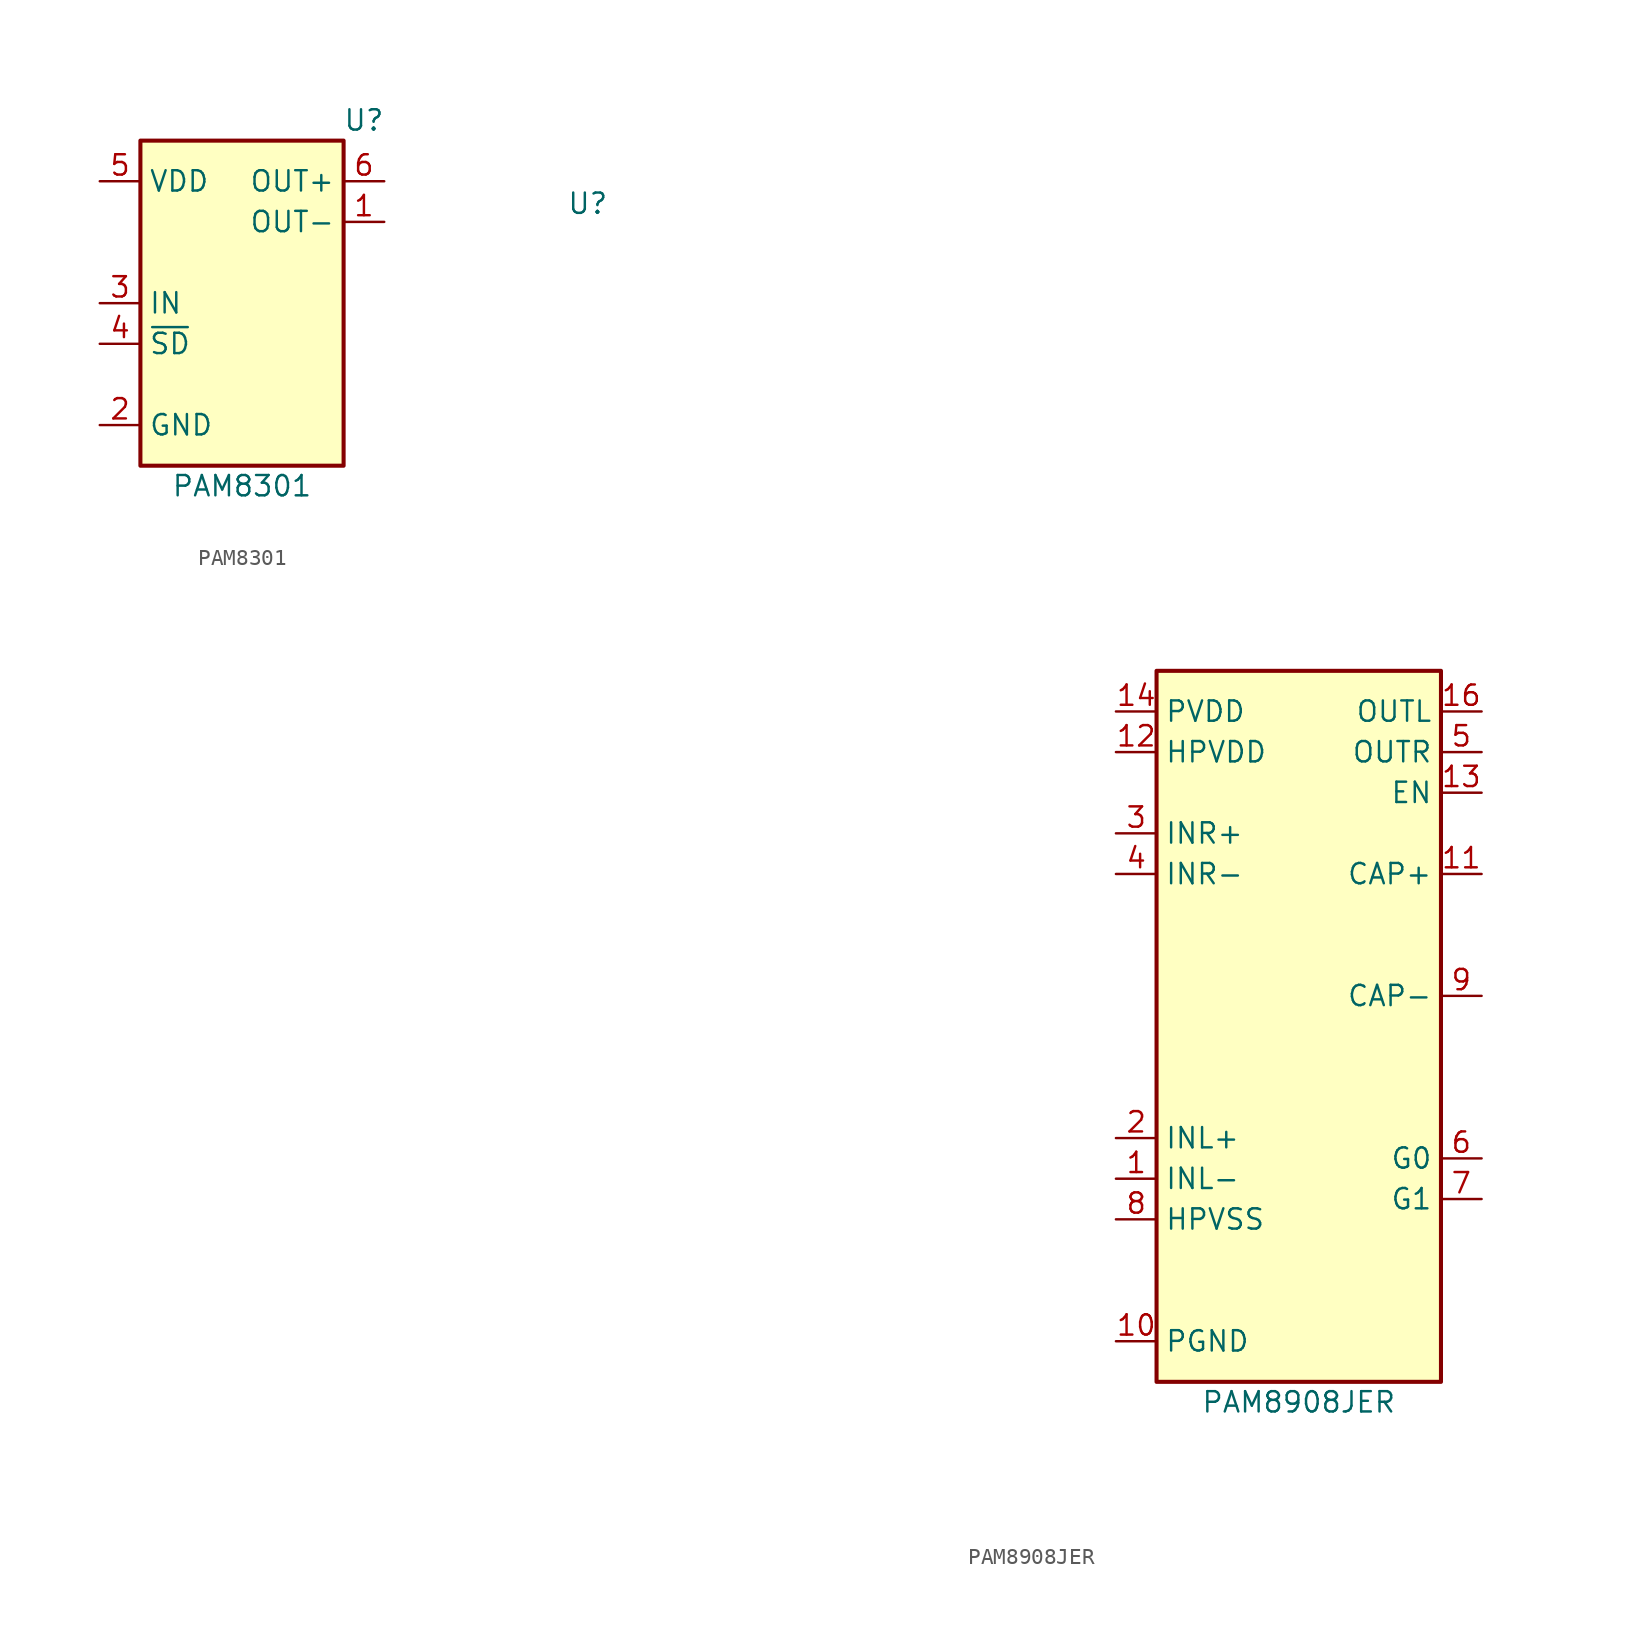
<source format=kicad_sym>
(kicad_symbol_lib
  (version 20231120)
  (generator "kicad_symbol_editor")
  (generator_version "8.99")
  (symbol "PAM8301"
    (property "Reference" "U"
      (at 7.62 10.16 0)
      (effects (font (size 1.27 1.27))))
    (property "Value" "PAM8301"
      (at 0 -12.7 0)
      (effects (font (size 1.27 1.27))))
    (symbol "PAM8301_0_1"
      (rectangle (start -6.35 8.89) (end 6.35 -11.43) (stroke (width 0.254) (type solid)) (fill (type background))))
    (symbol "PAM8301_1_1"
      (pin power_in line (at -8.89 6.35 0) (length 2.54) (name "VDD" (effects (font (size 1.27 1.27)))) (number "5" (effects (font (size 1.27 1.27)))))
      (pin input line (at -8.89 -1.27 0) (length 2.54) (name "IN" (effects (font (size 1.27 1.27)))) (number "3" (effects (font (size 1.27 1.27)))))
      (pin input line (at -8.89 -3.81 0) (length 2.54) (name "~{SD}" (effects (font (size 1.27 1.27)))) (number "4" (effects (font (size 1.27 1.27)))))
      (pin power_in line (at -8.89 -8.89 0) (length 2.54) (name "GND" (effects (font (size 1.27 1.27)))) (number "2" (effects (font (size 1.27 1.27)))))
      (pin output line (at 8.89 6.35 180) (length 2.54) (name "OUT+" (effects (font (size 1.27 1.27)))) (number "6" (effects (font (size 1.27 1.27)))))
      (pin output line (at 8.89 3.81 180) (length 2.54) (name "OUT-" (effects (font (size 1.27 1.27)))) (number "1" (effects (font (size 1.27 1.27)))))))
  (symbol "PAM8908JER"
    (property "Reference" "U"
      (at -44.45 52.07 0)
      (effects (font (size 1.27 1.27))))
    (property "Value" "PAM8908JER"
      (at 0 -22.86 0)
      (effects (font (size 1.27 1.27))))
    (symbol "PAM8908JER_0_1"
      (pin power_in line (at -11.43 20.32 0) (length 2.54) (name "PVDD" (effects (font (size 1.27 1.27)))) (number "14" (effects (font (size 1.27 1.27)))))
      (pin input line (at -11.43 17.78 0) (length 2.54) (name "HPVDD" (effects (font (size 1.27 1.27)))) (number "12" (effects (font (size 1.27 1.27)))))
      (pin input line (at -11.43 12.7 0) (length 2.54) (name "INR+" (effects (font (size 1.27 1.27)))) (number "3" (effects (font (size 1.27 1.27)))))
      (pin input line (at -11.43 10.16 0) (length 2.54) (name "INR-" (effects (font (size 1.27 1.27)))) (number "4" (effects (font (size 1.27 1.27)))))
      (pin input line (at -11.43 -6.35 0) (length 2.54) (name "INL+" (effects (font (size 1.27 1.27)))) (number "2" (effects (font (size 1.27 1.27)))))
      (pin input line (at -11.43 -8.89 0) (length 2.54) (name "INL-" (effects (font (size 1.27 1.27)))) (number "1" (effects (font (size 1.27 1.27)))))
      (pin input line (at -11.43 -11.43 0) (length 2.54) (name "HPVSS" (effects (font (size 1.27 1.27)))) (number "8" (effects (font (size 1.27 1.27)))))
      (pin power_in line (at -11.43 -19.05 0) (length 2.54) (name "PGND" (effects (font (size 1.27 1.27)))) (number "10" (effects (font (size 1.27 1.27)))))
      (pin passive line (at -11.43 -19.05 0) (length 2.54) hide (name "SGND" (effects (font (size 1.27 1.27)))) (number "15" (effects (font (size 1.27 1.27)))))
      (pin passive line (at -11.43 -19.05 0) (length 2.54) hide (name "EPAD" (effects (font (size 1.27 1.27)))) (number "17" (effects (font (size 1.27 1.27)))))
      (pin output line (at 11.43 20.32 180) (length 2.54) (name "OUTL" (effects (font (size 1.27 1.27)))) (number "16" (effects (font (size 1.27 1.27)))))
      (pin output line (at 11.43 17.78 180) (length 2.54) (name "OUTR" (effects (font (size 1.27 1.27)))) (number "5" (effects (font (size 1.27 1.27)))))
      (pin input line (at 11.43 15.24 180) (length 2.54) (name "EN" (effects (font (size 1.27 1.27)))) (number "13" (effects (font (size 1.27 1.27)))))
      (pin input line (at 11.43 2.54 180) (length 2.54) (name "CAP-" (effects (font (size 1.27 1.27)))) (number "9" (effects (font (size 1.27 1.27)))))
      (pin input line (at 11.43 -7.62 180) (length 2.54) (name "G0" (effects (font (size 1.27 1.27)))) (number "6" (effects (font (size 1.27 1.27)))))
      (pin input line (at 11.43 -10.16 180) (length 2.54) (name "G1" (effects (font (size 1.27 1.27)))) (number "7" (effects (font (size 1.27 1.27))))))
    (symbol "PAM8908JER_1_1"
      (rectangle (start -8.89 22.86) (end 8.89 -21.59) (stroke (width 0.254) (type default)) (fill (type background)))
      (pin input line (at 11.43 10.16 180) (length 2.54) (name "CAP+" (effects (font (size 1.27 1.27)))) (number "11" (effects (font (size 1.27 1.27))))))))
</source>
